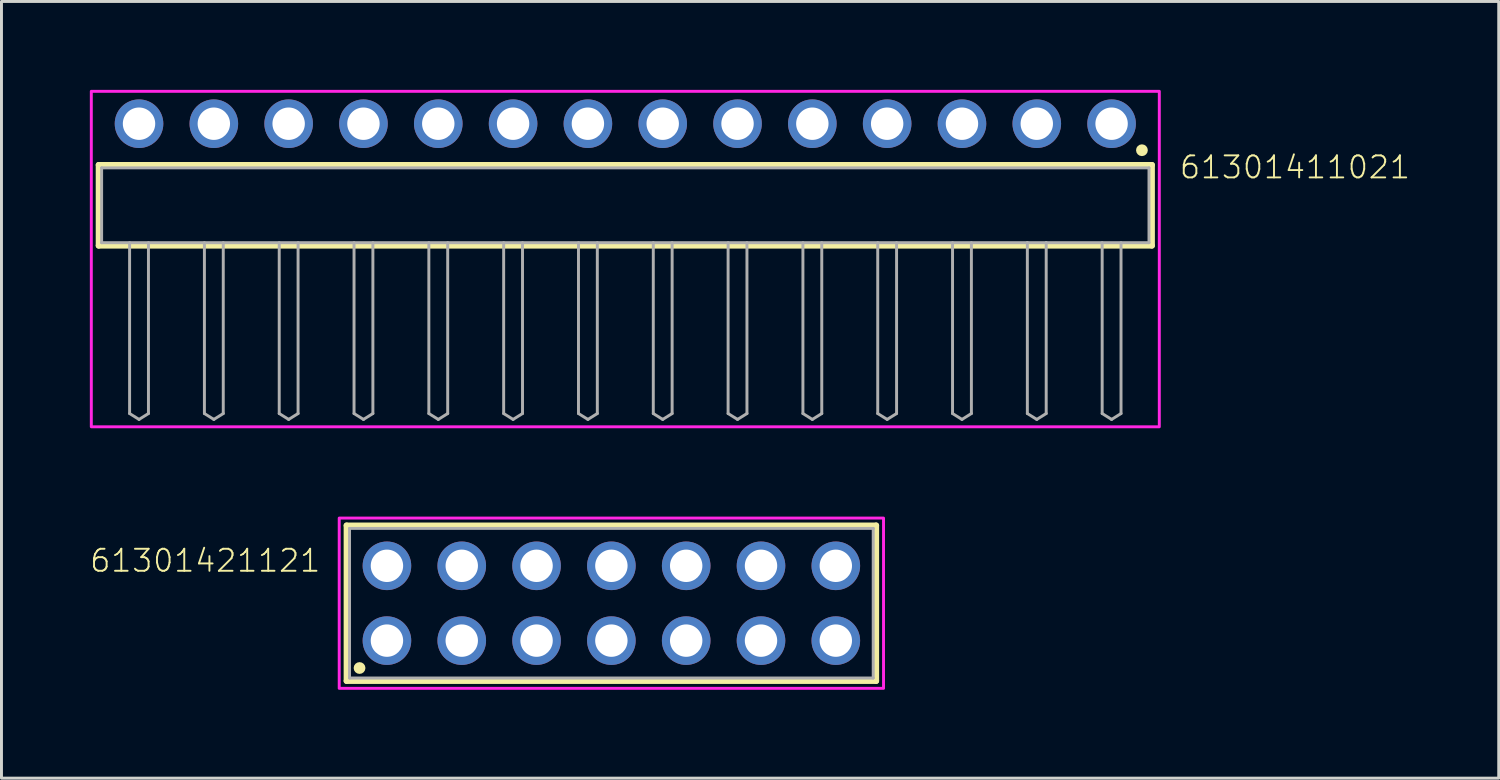
<source format=kicad_pcb>
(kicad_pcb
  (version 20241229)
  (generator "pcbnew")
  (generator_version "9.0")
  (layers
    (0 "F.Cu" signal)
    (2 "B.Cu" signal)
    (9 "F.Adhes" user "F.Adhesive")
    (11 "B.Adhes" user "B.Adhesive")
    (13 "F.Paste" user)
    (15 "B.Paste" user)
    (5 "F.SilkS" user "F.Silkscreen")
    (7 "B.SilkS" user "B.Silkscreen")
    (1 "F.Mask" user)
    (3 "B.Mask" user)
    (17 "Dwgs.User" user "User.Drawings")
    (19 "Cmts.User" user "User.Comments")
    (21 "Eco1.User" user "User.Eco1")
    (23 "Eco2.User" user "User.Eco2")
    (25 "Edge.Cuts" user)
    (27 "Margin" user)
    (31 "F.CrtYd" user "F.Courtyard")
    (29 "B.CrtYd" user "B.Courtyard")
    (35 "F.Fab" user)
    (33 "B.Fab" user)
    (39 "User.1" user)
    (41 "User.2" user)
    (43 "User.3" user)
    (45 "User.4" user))
  (footprint "61301421121"
    (layer "F.Cu")
    (at 17.707 17.43)
    (property "Reference" "61301421121" (at -9.828 -1.006 0) (unlocked yes) (layer "F.SilkS") (effects (font (size 0.748 0.748) (thickness 0.065)) (justify right bottom)))
    (fp_line (start -8.99 -2.64) (end 8.99 -2.64) (stroke (width 0.2) (type solid)) (layer "F.SilkS"))
    (fp_line (start -8.99 2.64) (end -8.99 -2.64) (stroke (width 0.2) (type solid)) (layer "F.SilkS"))
    (fp_line (start 8.99 -2.64) (end 8.99 2.64) (stroke (width 0.2) (type solid)) (layer "F.SilkS"))
    (fp_line (start 8.99 2.64) (end -8.99 2.64) (stroke (width 0.2) (type solid)) (layer "F.SilkS"))
    (fp_circle (center -8.55 2.2) (end -8.45 2.2) (stroke (width 0.2) (type solid)) (fill no) (layer "F.SilkS"))
    (fp_poly (pts (xy 9.24 2.89) (xy -9.24 2.89) (xy -9.24 -2.89) (xy 9.24 -2.89)) (stroke (width 0.1) (type default)) (fill no) (layer "F.CrtYd"))
    (fp_line (start -8.89 -2.54) (end 8.89 -2.54) (stroke (width 0.1) (type solid)) (layer "F.Fab"))
    (fp_line (start -8.89 2.54) (end -8.89 -2.54) (stroke (width 0.1) (type solid)) (layer "F.Fab"))
    (fp_line (start 8.89 -2.54) (end 8.89 2.54) (stroke (width 0.1) (type solid)) (layer "F.Fab"))
    (fp_line (start 8.89 2.54) (end -8.89 2.54) (stroke (width 0.1) (type solid)) (layer "F.Fab"))
    (pad "1" thru_hole circle (at -7.62 1.27 90) (size 1.65 1.65) (drill 1.1) (layers "*.Cu" "*.Mask"))
    (pad "2" thru_hole circle (at -7.62 -1.27 270) (size 1.65 1.65) (drill 1.1) (layers "*.Cu" "*.Mask"))
    (pad "3" thru_hole circle (at -5.08 1.27 90) (size 1.65 1.65) (drill 1.1) (layers "*.Cu" "*.Mask"))
    (pad "4" thru_hole circle (at -5.08 -1.27 270) (size 1.65 1.65) (drill 1.1) (layers "*.Cu" "*.Mask"))
    (pad "5" thru_hole circle (at -2.54 1.27 90) (size 1.65 1.65) (drill 1.1) (layers "*.Cu" "*.Mask"))
    (pad "6" thru_hole circle (at -2.54 -1.27 270) (size 1.65 1.65) (drill 1.1) (layers "*.Cu" "*.Mask"))
    (pad "7" thru_hole circle (at 0 1.27 90) (size 1.65 1.65) (drill 1.1) (layers "*.Cu" "*.Mask"))
    (pad "8" thru_hole circle (at 0 -1.27 270) (size 1.65 1.65) (drill 1.1) (layers "*.Cu" "*.Mask"))
    (pad "9" thru_hole circle (at 2.54 1.27 90) (size 1.65 1.65) (drill 1.1) (layers "*.Cu" "*.Mask"))
    (pad "10" thru_hole circle (at 2.54 -1.27 270) (size 1.65 1.65) (drill 1.1) (layers "*.Cu" "*.Mask"))
    (pad "11" thru_hole circle (at 5.08 1.27 90) (size 1.65 1.65) (drill 1.1) (layers "*.Cu" "*.Mask"))
    (pad "12" thru_hole circle (at 5.08 -1.27 270) (size 1.65 1.65) (drill 1.1) (layers "*.Cu" "*.Mask"))
    (pad "13" thru_hole circle (at 7.62 1.27 90) (size 1.65 1.65) (drill 1.1) (layers "*.Cu" "*.Mask"))
    (pad "14" thru_hole circle (at 7.62 -1.27 270) (size 1.65 1.65) (drill 1.1) (layers "*.Cu" "*.Mask")))
  (footprint "61301411021"
    (layer "F.Cu")
    (at 18.18 3.92)
    (property "Reference" "61301411021" (at 18.775 -0.852 0) (unlocked yes) (layer "F.SilkS") (effects (font (size 0.748 0.748) (thickness 0.065)) (justify left bottom)))
    (fp_line (start -17.88 -1.37) (end 17.88 -1.37) (stroke (width 0.2) (type solid)) (layer "F.SilkS"))
    (fp_line (start -17.88 1.37) (end -17.88 -1.37) (stroke (width 0.2) (type solid)) (layer "F.SilkS"))
    (fp_line (start 17.88 -1.37) (end 17.88 1.37) (stroke (width 0.2) (type solid)) (layer "F.SilkS"))
    (fp_line (start 17.88 1.37) (end -17.88 1.37) (stroke (width 0.2) (type solid)) (layer "F.SilkS"))
    (fp_circle (center 17.54 -1.87) (end 17.64 -1.87) (stroke (width 0.2) (type solid)) (fill no) (layer "F.SilkS"))
    (fp_poly (pts (xy 18.13 7.52) (xy -18.13 7.52) (xy -18.13 -3.87) (xy 18.13 -3.87)) (stroke (width 0.1) (type default)) (fill no) (layer "F.CrtYd"))
    (fp_line (start -17.78 -1.27) (end 17.78 -1.27) (stroke (width 0.1) (type solid)) (layer "F.Fab"))
    (fp_line (start -17.78 1.27) (end -17.78 -1.27) (stroke (width 0.1) (type solid)) (layer "F.Fab"))
    (fp_line (start -16.83 1.27) (end -16.83 7.07) (stroke (width 0.1) (type solid)) (layer "F.Fab"))
    (fp_line (start -16.83 7.07) (end -16.51 7.27) (stroke (width 0.1) (type solid)) (layer "F.Fab"))
    (fp_line (start -16.51 7.27) (end -16.19 7.07) (stroke (width 0.1) (type solid)) (layer "F.Fab"))
    (fp_line (start -16.19 1.27) (end -16.19 7.07) (stroke (width 0.1) (type solid)) (layer "F.Fab"))
    (fp_line (start -14.29 1.27) (end -14.29 7.07) (stroke (width 0.1) (type solid)) (layer "F.Fab"))
    (fp_line (start -14.29 7.07) (end -13.97 7.27) (stroke (width 0.1) (type solid)) (layer "F.Fab"))
    (fp_line (start -13.97 7.27) (end -13.65 7.07) (stroke (width 0.1) (type solid)) (layer "F.Fab"))
    (fp_line (start -13.65 1.27) (end -13.65 7.07) (stroke (width 0.1) (type solid)) (layer "F.Fab"))
    (fp_line (start -11.75 1.27) (end -11.75 7.07) (stroke (width 0.1) (type solid)) (layer "F.Fab"))
    (fp_line (start -11.75 7.07) (end -11.43 7.27) (stroke (width 0.1) (type solid)) (layer "F.Fab"))
    (fp_line (start -11.43 7.27) (end -11.11 7.07) (stroke (width 0.1) (type solid)) (layer "F.Fab"))
    (fp_line (start -11.11 1.27) (end -11.11 7.07) (stroke (width 0.1) (type solid)) (layer "F.Fab"))
    (fp_line (start -9.21 1.27) (end -9.21 7.07) (stroke (width 0.1) (type solid)) (layer "F.Fab"))
    (fp_line (start -9.21 7.07) (end -8.89 7.27) (stroke (width 0.1) (type solid)) (layer "F.Fab"))
    (fp_line (start -8.89 7.27) (end -8.57 7.07) (stroke (width 0.1) (type solid)) (layer "F.Fab"))
    (fp_line (start -8.57 1.27) (end -8.57 7.07) (stroke (width 0.1) (type solid)) (layer "F.Fab"))
    (fp_line (start -6.67 1.27) (end -6.67 7.07) (stroke (width 0.1) (type solid)) (layer "F.Fab"))
    (fp_line (start -6.67 7.07) (end -6.35 7.27) (stroke (width 0.1) (type solid)) (layer "F.Fab"))
    (fp_line (start -6.35 7.27) (end -6.03 7.07) (stroke (width 0.1) (type solid)) (layer "F.Fab"))
    (fp_line (start -6.03 1.27) (end -6.03 7.07) (stroke (width 0.1) (type solid)) (layer "F.Fab"))
    (fp_line (start -4.13 1.27) (end -4.13 7.07) (stroke (width 0.1) (type solid)) (layer "F.Fab"))
    (fp_line (start -4.13 7.07) (end -3.81 7.27) (stroke (width 0.1) (type solid)) (layer "F.Fab"))
    (fp_line (start -3.81 7.27) (end -3.49 7.07) (stroke (width 0.1) (type solid)) (layer "F.Fab"))
    (fp_line (start -3.49 1.27) (end -3.49 7.07) (stroke (width 0.1) (type solid)) (layer "F.Fab"))
    (fp_line (start -1.59 1.27) (end -1.59 7.07) (stroke (width 0.1) (type solid)) (layer "F.Fab"))
    (fp_line (start -1.59 7.07) (end -1.27 7.27) (stroke (width 0.1) (type solid)) (layer "F.Fab"))
    (fp_line (start -1.27 7.27) (end -0.95 7.07) (stroke (width 0.1) (type solid)) (layer "F.Fab"))
    (fp_line (start -0.95 1.27) (end -0.95 7.07) (stroke (width 0.1) (type solid)) (layer "F.Fab"))
    (fp_line (start 0.95 1.27) (end 0.95 7.07) (stroke (width 0.1) (type solid)) (layer "F.Fab"))
    (fp_line (start 0.95 7.07) (end 1.27 7.27) (stroke (width 0.1) (type solid)) (layer "F.Fab"))
    (fp_line (start 1.27 7.27) (end 1.59 7.07) (stroke (width 0.1) (type solid)) (layer "F.Fab"))
    (fp_line (start 1.59 1.27) (end 1.59 7.07) (stroke (width 0.1) (type solid)) (layer "F.Fab"))
    (fp_line (start 3.49 1.27) (end 3.49 7.07) (stroke (width 0.1) (type solid)) (layer "F.Fab"))
    (fp_line (start 3.49 7.07) (end 3.81 7.27) (stroke (width 0.1) (type solid)) (layer "F.Fab"))
    (fp_line (start 3.81 7.27) (end 4.13 7.07) (stroke (width 0.1) (type solid)) (layer "F.Fab"))
    (fp_line (start 4.13 1.27) (end 4.13 7.07) (stroke (width 0.1) (type solid)) (layer "F.Fab"))
    (fp_line (start 6.03 1.27) (end 6.03 7.07) (stroke (width 0.1) (type solid)) (layer "F.Fab"))
    (fp_line (start 6.03 7.07) (end 6.35 7.27) (stroke (width 0.1) (type solid)) (layer "F.Fab"))
    (fp_line (start 6.35 7.27) (end 6.67 7.07) (stroke (width 0.1) (type solid)) (layer "F.Fab"))
    (fp_line (start 6.67 1.27) (end 6.67 7.07) (stroke (width 0.1) (type solid)) (layer "F.Fab"))
    (fp_line (start 8.57 1.27) (end 8.57 7.07) (stroke (width 0.1) (type solid)) (layer "F.Fab"))
    (fp_line (start 8.57 7.07) (end 8.89 7.27) (stroke (width 0.1) (type solid)) (layer "F.Fab"))
    (fp_line (start 8.89 7.27) (end 9.21 7.07) (stroke (width 0.1) (type solid)) (layer "F.Fab"))
    (fp_line (start 9.21 1.27) (end 9.21 7.07) (stroke (width 0.1) (type solid)) (layer "F.Fab"))
    (fp_line (start 11.11 1.27) (end 11.11 7.07) (stroke (width 0.1) (type solid)) (layer "F.Fab"))
    (fp_line (start 11.11 7.07) (end 11.43 7.27) (stroke (width 0.1) (type solid)) (layer "F.Fab"))
    (fp_line (start 11.43 7.27) (end 11.75 7.07) (stroke (width 0.1) (type solid)) (layer "F.Fab"))
    (fp_line (start 11.75 1.27) (end 11.75 7.07) (stroke (width 0.1) (type solid)) (layer "F.Fab"))
    (fp_line (start 13.65 1.27) (end -17.78 1.27) (stroke (width 0.1) (type solid)) (layer "F.Fab"))
    (fp_line (start 13.65 1.27) (end 13.65 7.07) (stroke (width 0.1) (type solid)) (layer "F.Fab"))
    (fp_line (start 13.65 7.07) (end 13.97 7.27) (stroke (width 0.1) (type solid)) (layer "F.Fab"))
    (fp_line (start 13.97 7.27) (end 14.29 7.07) (stroke (width 0.1) (type solid)) (layer "F.Fab"))
    (fp_line (start 14.29 1.27) (end 13.65 1.27) (stroke (width 0.1) (type solid)) (layer "F.Fab"))
    (fp_line (start 14.29 1.27) (end 14.29 7.07) (stroke (width 0.1) (type solid)) (layer "F.Fab"))
    (fp_line (start 16.19 1.27) (end 16.19 7.07) (stroke (width 0.1) (type solid)) (layer "F.Fab"))
    (fp_line (start 16.19 7.07) (end 16.51 7.27) (stroke (width 0.1) (type solid)) (layer "F.Fab"))
    (fp_line (start 16.51 7.27) (end 16.83 7.07) (stroke (width 0.1) (type solid)) (layer "F.Fab"))
    (fp_line (start 16.83 1.27) (end 16.83 7.07) (stroke (width 0.1) (type solid)) (layer "F.Fab"))
    (fp_line (start 17.78 -1.27) (end 17.78 1.27) (stroke (width 0.1) (type solid)) (layer "F.Fab"))
    (fp_line (start 17.78 1.27) (end 14.29 1.27) (stroke (width 0.1) (type solid)) (layer "F.Fab"))
    (pad "1" thru_hole circle (at 16.51 -2.77 180) (size 1.65 1.65) (drill 1.1) (layers "*.Cu" "*.Mask"))
    (pad "2" thru_hole circle (at 13.97 -2.77 180) (size 1.65 1.65) (drill 1.1) (layers "*.Cu" "*.Mask"))
    (pad "3" thru_hole circle (at 11.43 -2.77 180) (size 1.65 1.65) (drill 1.1) (layers "*.Cu" "*.Mask"))
    (pad "4" thru_hole circle (at 8.89 -2.77 180) (size 1.65 1.65) (drill 1.1) (layers "*.Cu" "*.Mask"))
    (pad "5" thru_hole circle (at 6.35 -2.77 180) (size 1.65 1.65) (drill 1.1) (layers "*.Cu" "*.Mask"))
    (pad "6" thru_hole circle (at 3.81 -2.77 180) (size 1.65 1.65) (drill 1.1) (layers "*.Cu" "*.Mask"))
    (pad "7" thru_hole circle (at 1.27 -2.77 180) (size 1.65 1.65) (drill 1.1) (layers "*.Cu" "*.Mask"))
    (pad "8" thru_hole circle (at -1.27 -2.77 180) (size 1.65 1.65) (drill 1.1) (layers "*.Cu" "*.Mask"))
    (pad "9" thru_hole circle (at -3.81 -2.77 180) (size 1.65 1.65) (drill 1.1) (layers "*.Cu" "*.Mask"))
    (pad "10" thru_hole circle (at -6.35 -2.77 180) (size 1.65 1.65) (drill 1.1) (layers "*.Cu" "*.Mask"))
    (pad "11" thru_hole circle (at -8.89 -2.77 180) (size 1.65 1.65) (drill 1.1) (layers "*.Cu" "*.Mask"))
    (pad "12" thru_hole circle (at -11.43 -2.77 180) (size 1.65 1.65) (drill 1.1) (layers "*.Cu" "*.Mask"))
    (pad "13" thru_hole circle (at -13.97 -2.77 180) (size 1.65 1.65) (drill 1.1) (layers "*.Cu" "*.Mask"))
    (pad "14" thru_hole circle (at -16.51 -2.77 180) (size 1.65 1.65) (drill 1.1) (layers "*.Cu" "*.Mask")))
  (gr_rect
    (start -3 -3)
    (end 47.834 23.37)
    (stroke (width 0.1) (type default))
    (fill no)
    (layer "Edge.Cuts")))
</source>
